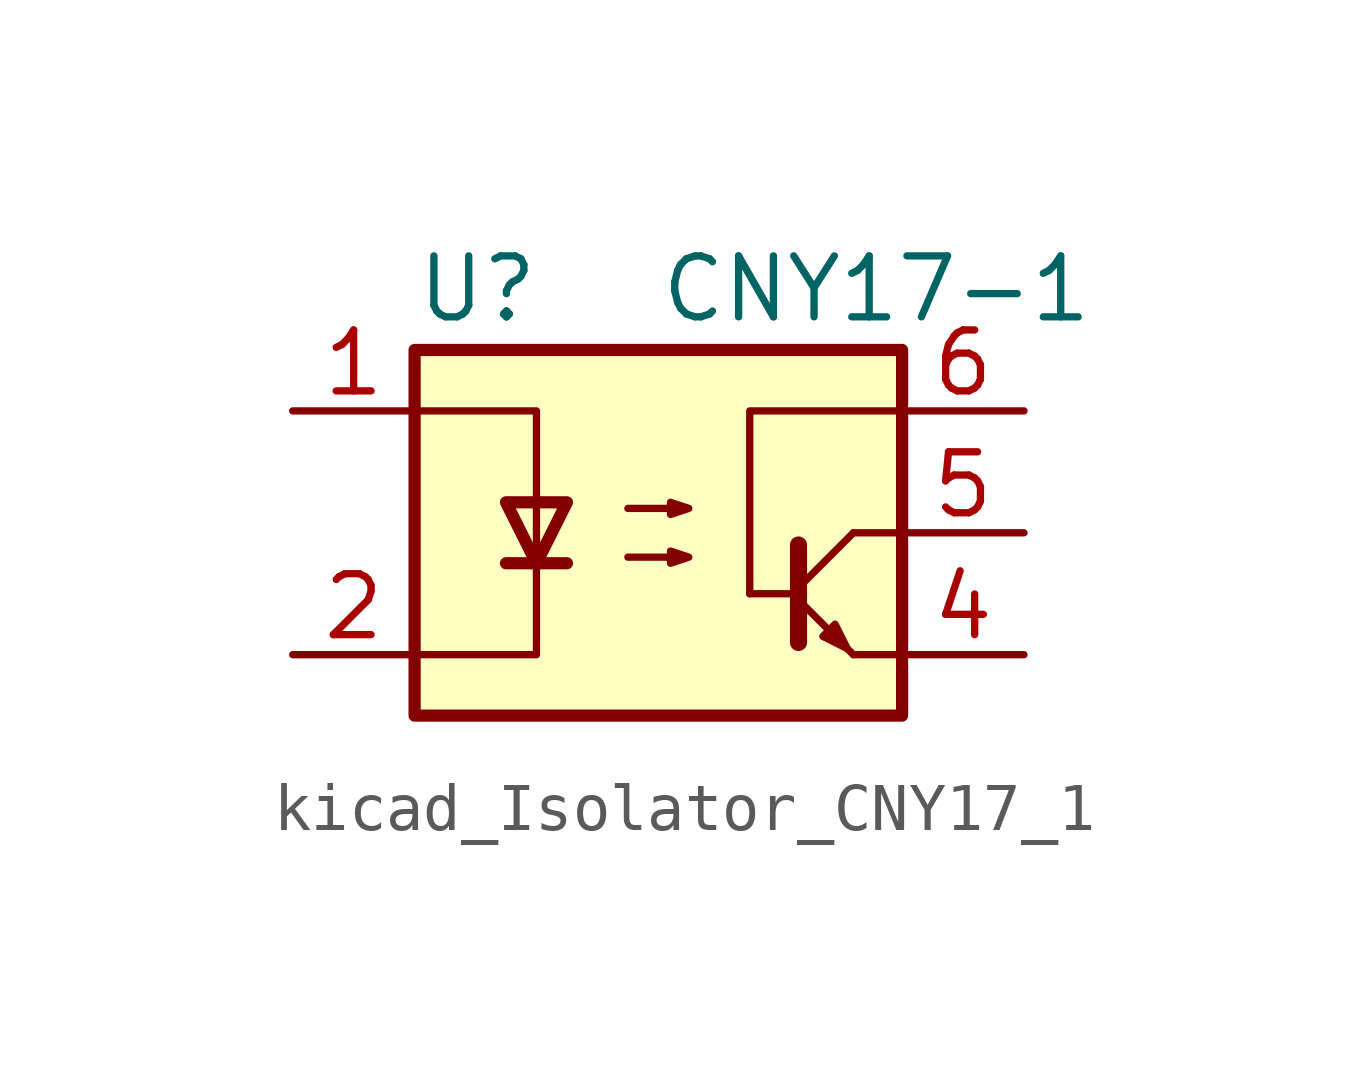
<source format=kicad_sym>
(kicad_symbol_lib
  (version 20220914)
  (generator kicad_symbol_editor)
  (symbol "kicad_Isolator_CNY17_1"
    (pin_names
      (offset 1.016))
    (property "Reference" "U"
      (at -5.08 5.08 0)
      (effects (font (size 1.27 1.27)) (justify left)))
    (property "Value" "CNY17-1"
      (at 0 5.08 0)
      (effects (font (size 1.27 1.27)) (justify left)))
    (symbol "kicad_Isolator_CNY17_1_0_1"
      (rectangle (start -5.08 3.81) (end 5.08 -3.81) (stroke (width 0.254) (type default)) (fill (type background)))
      (polyline (pts (xy -3.175 -0.635) (xy -1.905 -0.635)) (stroke (width 0.254) (type default)) (fill (type none)))
      (polyline (pts (xy 2.921 -1.397) (xy 4.064 -2.54)) (stroke (width 0) (type default)) (fill (type none)))
      (polyline (pts (xy 2.921 -1.27) (xy 1.905 -1.27)) (stroke (width 0) (type default)) (fill (type none)))
      (polyline (pts (xy 2.921 -1.143) (xy 4.064 0)) (stroke (width 0) (type default)) (fill (type none)))
      (polyline (pts (xy 4.064 -2.54) (xy 5.08 -2.54)) (stroke (width 0) (type default)) (fill (type none)))
      (polyline (pts (xy 5.08 0) (xy 4.064 0)) (stroke (width 0) (type default)) (fill (type none)))
      (polyline (pts (xy -5.08 2.54) (xy -2.54 2.54) (xy -2.54 -0.762)) (stroke (width 0) (type default)) (fill (type none)))
      (polyline (pts (xy -2.54 -0.635) (xy -2.54 -2.54) (xy -5.08 -2.54)) (stroke (width 0) (type default)) (fill (type none)))
      (polyline (pts (xy 1.905 -1.27) (xy 1.905 2.54) (xy 5.08 2.54)) (stroke (width 0) (type default)) (fill (type none)))
      (polyline (pts (xy 2.921 -0.254) (xy 2.921 -2.286) (xy 2.921 -2.286)) (stroke (width 0.356) (type default)) (fill (type none)))
      (polyline (pts (xy -2.54 -0.635) (xy -3.175 0.635) (xy -1.905 0.635) (xy -2.54 -0.635)) (stroke (width 0.254) (type default)) (fill (type none)))
      (polyline (pts (xy 3.937 -2.413) (xy 3.683 -1.905) (xy 3.429 -2.159) (xy 3.937 -2.413)) (stroke (width 0) (type default)) (fill (type none)))
      (polyline (pts (xy -0.635 -0.508) (xy 0.635 -0.508) (xy 0.254 -0.635) (xy 0.254 -0.381) (xy 0.635 -0.508)) (stroke (width 0) (type default)) (fill (type none)))
      (polyline (pts (xy -0.635 0.508) (xy 0.635 0.508) (xy 0.254 0.381) (xy 0.254 0.635) (xy 0.635 0.508)) (stroke (width 0) (type default)) (fill (type none))))
    (symbol "kicad_Isolator_CNY17_1_1_1"
      (pin passive line (at -7.62 2.54 0) (length 2.54) (name "~" (effects (font (size 1.27 1.27)))) (number "1" (effects (font (size 1.27 1.27)))))
      (pin passive line (at -7.62 -2.54 0) (length 2.54) (name "~" (effects (font (size 1.27 1.27)))) (number "2" (effects (font (size 1.27 1.27)))))
      (pin no_connect line (at -5.08 0 0) (length 2.54) hide (name "NC" (effects (font (size 1.27 1.27)))) (number "3" (effects (font (size 1.27 1.27)))))
      (pin passive line (at 7.62 -2.54 180) (length 2.54) (name "~" (effects (font (size 1.27 1.27)))) (number "4" (effects (font (size 1.27 1.27)))))
      (pin passive line (at 7.62 0 180) (length 2.54) (name "~" (effects (font (size 1.27 1.27)))) (number "5" (effects (font (size 1.27 1.27)))))
      (pin passive line (at 7.62 2.54 180) (length 2.54) (name "~" (effects (font (size 1.27 1.27)))) (number "6" (effects (font (size 1.27 1.27))))))))
</source>
